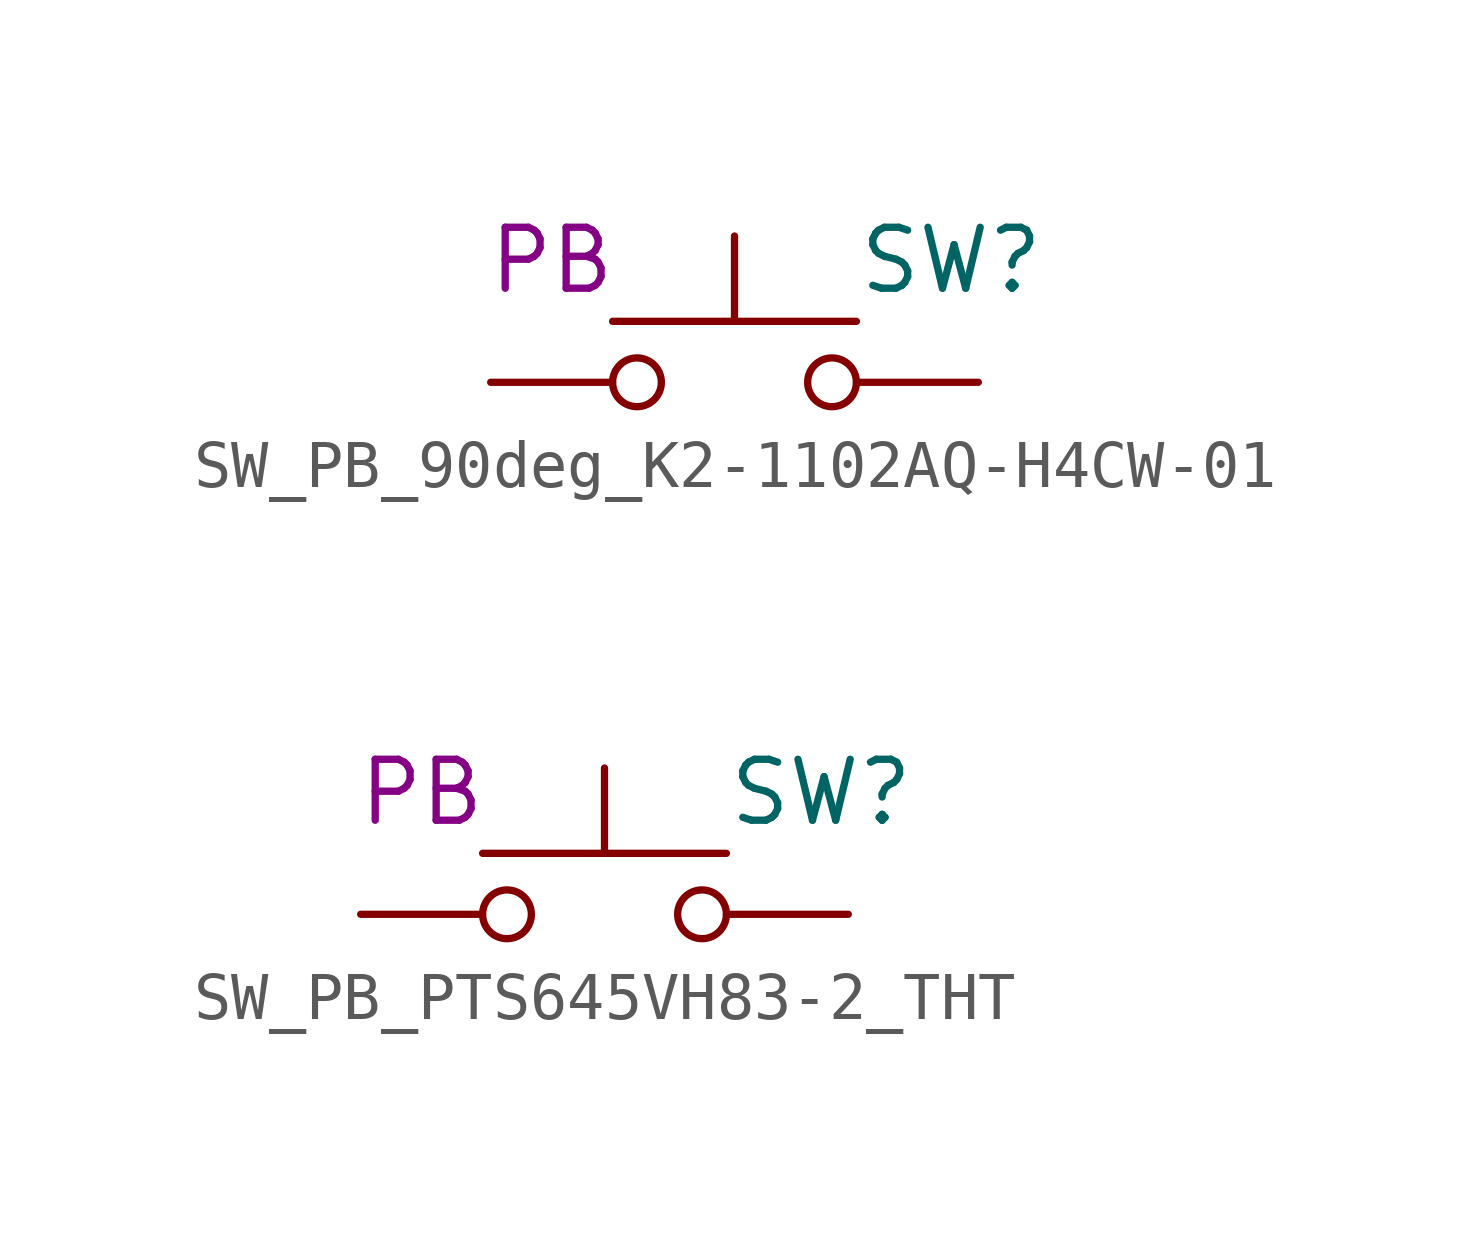
<source format=kicad_sym>
(kicad_symbol_lib
  (version 20220914)
  (generator kicad_symbol_editor)
  (symbol "SW_PB_90deg_K2-1102AQ-H4CW-01"
    (pin_numbers hide)
    (pin_names
      (offset 1.016) hide)
    (property "Reference" "SW"
      (at 2.54 2.54 0)
      (effects (font (size 1.27 1.27)) (justify left)))
    (property "UserValue" "PB"
      (at -3.81 2.54 0)
      (effects (font (size 1.27 1.27))))
    (symbol "SW_PB_90deg_K2-1102AQ-H4CW-01_0_1"
      (circle (center -2.032 0) (radius 0.508) (stroke (width 0) (type default)) (fill (type none)))
      (polyline (pts (xy 0 1.27) (xy 0 3.048)) (stroke (width 0) (type default)) (fill (type none)))
      (polyline (pts (xy 2.54 1.27) (xy -2.54 1.27)) (stroke (width 0) (type default)) (fill (type none)))
      (circle (center 2.032 0) (radius 0.508) (stroke (width 0) (type default)) (fill (type none)))
      (pin passive line (at -5.08 0 0) (length 2.54) (name "1" (effects (font (size 1.27 1.27)))) (number "1" (effects (font (size 1.27 1.27)))))
      (pin passive line (at 5.08 0 180) (length 2.54) (name "2" (effects (font (size 1.27 1.27)))) (number "2" (effects (font (size 1.27 1.27)))))))
  (symbol "SW_PB_PTS645VH83-2_THT"
    (pin_numbers hide)
    (pin_names
      (offset 1.016) hide)
    (property "Reference" "SW"
      (at 2.54 2.54 0)
      (effects (font (size 1.27 1.27)) (justify left)))
    (property "UserValue" "PB"
      (at -3.81 2.54 0)
      (effects (font (size 1.27 1.27))))
    (symbol "SW_PB_PTS645VH83-2_THT_0_1"
      (circle (center -2.032 0) (radius 0.508) (stroke (width 0) (type default)) (fill (type none)))
      (polyline (pts (xy 0 1.27) (xy 0 3.048)) (stroke (width 0) (type default)) (fill (type none)))
      (polyline (pts (xy 2.54 1.27) (xy -2.54 1.27)) (stroke (width 0) (type default)) (fill (type none)))
      (circle (center 2.032 0) (radius 0.508) (stroke (width 0) (type default)) (fill (type none)))
      (pin passive line (at -5.08 0 0) (length 2.54) (name "1" (effects (font (size 1.27 1.27)))) (number "1" (effects (font (size 1.27 1.27)))))
      (pin passive line (at 5.08 0 180) (length 2.54) (name "2" (effects (font (size 1.27 1.27)))) (number "2" (effects (font (size 1.27 1.27))))))))
</source>
